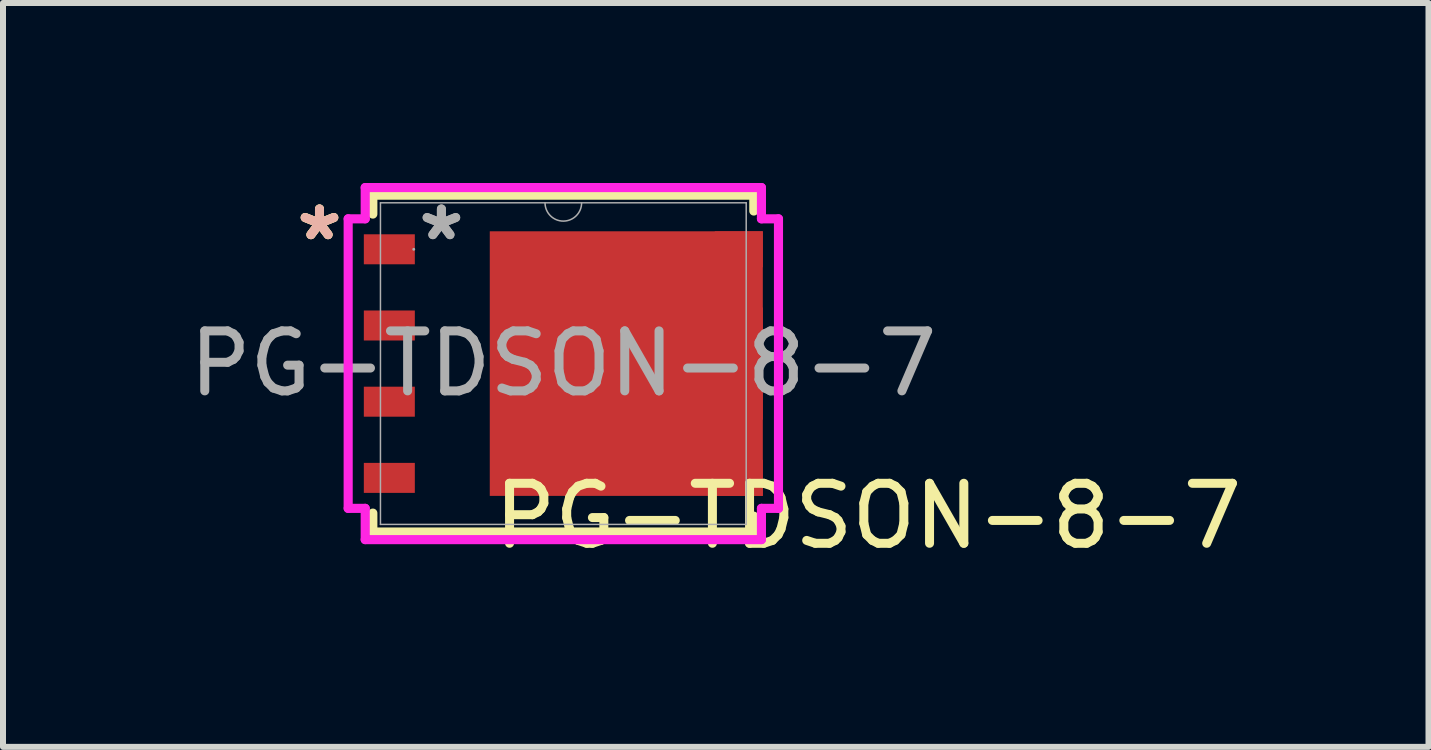
<source format=kicad_pcb>
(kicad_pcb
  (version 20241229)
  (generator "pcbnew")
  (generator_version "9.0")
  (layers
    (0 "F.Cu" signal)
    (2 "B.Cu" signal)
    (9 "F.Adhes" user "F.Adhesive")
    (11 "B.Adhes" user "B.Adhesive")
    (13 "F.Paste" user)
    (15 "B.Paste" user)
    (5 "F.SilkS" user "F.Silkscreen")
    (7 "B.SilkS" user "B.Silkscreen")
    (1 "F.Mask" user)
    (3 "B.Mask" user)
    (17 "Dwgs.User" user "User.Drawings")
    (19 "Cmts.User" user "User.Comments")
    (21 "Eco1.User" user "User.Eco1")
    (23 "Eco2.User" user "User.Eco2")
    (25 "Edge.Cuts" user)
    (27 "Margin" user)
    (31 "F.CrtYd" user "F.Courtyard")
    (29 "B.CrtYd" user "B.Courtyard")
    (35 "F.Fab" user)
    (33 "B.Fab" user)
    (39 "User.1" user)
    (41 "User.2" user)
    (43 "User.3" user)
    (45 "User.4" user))
  (footprint "PG-TDSON-8-7"
    (layer "F.Cu")
    (at 6.339 3.01)
    (property "Reference" "PG-TDSON-8-7" (at 5.08 2.54 0) (unlocked yes) (layer "F.SilkS") (effects (font (size 1 1) (thickness 0.15))))
    (attr smd)
    (fp_poly (pts (xy -1.226 -2.205) (xy 3.325 -2.205) (xy 3.325 2.205) (xy -1.226 2.205)) (stroke (width 0) (type solid)) (fill yes) (layer "F.Cu"))
    (fp_poly (pts (xy -1.226 -2.205) (xy 3.325 -2.205) (xy 3.325 2.205) (xy -1.226 2.205)) (stroke (width 0) (type solid)) (fill yes) (layer "F.Mask"))
    (fp_line (start -3.175 -2.807) (end -3.175 -2.492) (stroke (width 0.152) (type solid)) (layer "F.SilkS"))
    (fp_line (start -3.175 2.492) (end -3.175 2.807) (stroke (width 0.152) (type solid)) (layer "F.SilkS"))
    (fp_line (start -3.175 2.807) (end 3.175 2.807) (stroke (width 0.152) (type solid)) (layer "F.SilkS"))
    (fp_line (start 3.175 -2.807) (end -3.175 -2.807) (stroke (width 0.152) (type solid)) (layer "F.SilkS"))
    (fp_line (start 3.175 -2.543) (end 3.175 -2.807) (stroke (width 0.152) (type solid)) (layer "F.SilkS"))
    (fp_line (start 3.175 2.807) (end 3.175 2.543) (stroke (width 0.152) (type solid)) (layer "F.SilkS"))
    (fp_poly (pts (xy -3.28 -2.105) (xy -2.529 -2.105) (xy -2.529 -1.705) (xy -3.28 -1.705)) (stroke (width 0) (type solid)) (fill yes) (layer "F.Paste"))
    (fp_poly (pts (xy -3.28 -0.835) (xy -2.529 -0.835) (xy -2.529 -0.435) (xy -3.28 -0.435)) (stroke (width 0) (type solid)) (fill yes) (layer "F.Paste"))
    (fp_poly (pts (xy -3.28 0.435) (xy -2.529 0.435) (xy -2.529 0.835) (xy -3.28 0.835)) (stroke (width 0) (type solid)) (fill yes) (layer "F.Paste"))
    (fp_poly (pts (xy -3.28 1.705) (xy -2.529 1.705) (xy -2.529 2.105) (xy -3.28 2.105)) (stroke (width 0) (type solid)) (fill yes) (layer "F.Paste"))
    (fp_poly (pts (xy -0.95 -1.6) (xy 0.55 -1.6) (xy 0.55 -0.1) (xy -0.95 -0.1)) (stroke (width 0) (type solid)) (fill yes) (layer "F.Paste"))
    (fp_poly (pts (xy -0.95 0.1) (xy 0.55 0.1) (xy 0.55 1.6) (xy -0.95 1.6)) (stroke (width 0) (type solid)) (fill yes) (layer "F.Paste"))
    (fp_poly (pts (xy 0.75 -1.6) (xy 2.25 -1.6) (xy 2.25 -0.1) (xy 0.75 -0.1)) (stroke (width 0) (type solid)) (fill yes) (layer "F.Paste"))
    (fp_poly (pts (xy 0.75 0.1) (xy 2.25 0.1) (xy 2.25 1.6) (xy 0.75 1.6)) (stroke (width 0) (type solid)) (fill yes) (layer "F.Paste"))
    (fp_poly (pts (xy 2.529 -2.155) (xy 3.28 -2.155) (xy 3.28 -1.655) (xy 2.529 -1.655)) (stroke (width 0) (type solid)) (fill yes) (layer "F.Paste"))
    (fp_poly (pts (xy 2.529 -0.885) (xy 3.28 -0.885) (xy 3.28 -0.385) (xy 2.529 -0.385)) (stroke (width 0) (type solid)) (fill yes) (layer "F.Paste"))
    (fp_poly (pts (xy 2.529 0.385) (xy 3.28 0.385) (xy 3.28 0.885) (xy 2.529 0.885)) (stroke (width 0) (type solid)) (fill yes) (layer "F.Paste"))
    (fp_poly (pts (xy 2.529 2.155) (xy 3.28 2.155) (xy 3.28 1.655) (xy 2.529 1.655)) (stroke (width 0) (type solid)) (fill yes) (layer "F.Paste"))
    (fp_line (start -3.586 -2.413) (end -3.302 -2.413) (stroke (width 0.152) (type solid)) (layer "F.CrtYd"))
    (fp_line (start -3.586 2.413) (end -3.586 -2.413) (stroke (width 0.152) (type solid)) (layer "F.CrtYd"))
    (fp_line (start -3.586 2.413) (end -3.302 2.413) (stroke (width 0.152) (type solid)) (layer "F.CrtYd"))
    (fp_line (start -3.302 -2.934) (end 3.302 -2.934) (stroke (width 0.152) (type solid)) (layer "F.CrtYd"))
    (fp_line (start -3.302 -2.413) (end -3.302 -2.934) (stroke (width 0.152) (type solid)) (layer "F.CrtYd"))
    (fp_line (start -3.302 2.934) (end -3.302 2.413) (stroke (width 0.152) (type solid)) (layer "F.CrtYd"))
    (fp_line (start 3.302 -2.934) (end 3.302 -2.413) (stroke (width 0.152) (type solid)) (layer "F.CrtYd"))
    (fp_line (start 3.302 2.413) (end 3.302 2.934) (stroke (width 0.152) (type solid)) (layer "F.CrtYd"))
    (fp_line (start 3.302 2.934) (end -3.302 2.934) (stroke (width 0.152) (type solid)) (layer "F.CrtYd"))
    (fp_line (start 3.586 -2.413) (end 3.302 -2.413) (stroke (width 0.152) (type solid)) (layer "F.CrtYd"))
    (fp_line (start 3.586 -2.413) (end 3.586 2.413) (stroke (width 0.152) (type solid)) (layer "F.CrtYd"))
    (fp_line (start 3.586 2.413) (end 3.302 2.413) (stroke (width 0.152) (type solid)) (layer "F.CrtYd"))
    (fp_line (start -3.048 -2.68) (end -3.048 2.68) (stroke (width 0.025) (type solid)) (layer "F.Fab"))
    (fp_line (start -3.048 2.68) (end 3.048 2.68) (stroke (width 0.025) (type solid)) (layer "F.Fab"))
    (fp_line (start 3.048 -2.68) (end -3.048 -2.68) (stroke (width 0.025) (type solid)) (layer "F.Fab"))
    (fp_line (start 3.048 2.68) (end 3.048 -2.68) (stroke (width 0.025) (type solid)) (layer "F.Fab"))
    (fp_arc (start 0.3048 -2.6797) (mid 0 -2.3749) (end -0.3048 -2.6797) (stroke (width 0.0254) (type solid)) (layer "F.Fab"))
    (fp_circle (center -2.493 -1.905) (end -2.493 -1.905) (stroke (width 0.025) (type solid)) (fill no) (layer "F.Fab"))
    (fp_text user "*" (at -4.064 -2.032 0) (unlocked yes) (layer "F.SilkS") (effects (font (size 1 1) (thickness 0.15))))
    (fp_text user "*" (at -4.064 -2.032 0) (layer "F.SilkS") (effects (font (size 1 1) (thickness 0.15))))
    (fp_text user "*" (at -4.064 -2.032 0) (unlocked yes) (layer "B.SilkS") (effects (font (size 1 1) (thickness 0.15))))
    (fp_text user "*" (at -2.032 -2.032 0) (layer "F.Fab") (effects (font (size 1 1) (thickness 0.15))))
    (fp_text user "*" (at -2.032 -2.032 0) (unlocked yes) (layer "F.Fab") (effects (font (size 1 1) (thickness 0.15))))
    (fp_text user "${REFERENCE}" (at 0 0 0) (unlocked yes) (layer "F.Fab") (effects (font (size 1 1) (thickness 0.15))))
    (pad "1" smd rect (at -2.9 -1.905) (size 0.85 0.5) (layers "F.Cu" "F.Mask"))
    (pad "2" smd rect (at -2.9 -0.635) (size 0.85 0.5) (layers "F.Cu" "F.Mask"))
    (pad "3" smd rect (at -2.9 0.635) (size 0.85 0.5) (layers "F.Cu" "F.Mask"))
    (pad "4" smd rect (at -2.9 1.905) (size 0.85 0.5) (layers "F.Cu" "F.Mask"))
    (pad "5" smd rect (at 2.925 1.905) (size 0.8 0.6) (layers "F.Cu" "F.Mask"))
    (pad "6" smd rect (at 2.925 0.635) (size 0.8 0.6) (layers "F.Cu" "F.Mask"))
    (pad "7" smd rect (at 2.925 -0.635) (size 0.8 0.6) (layers "F.Cu" "F.Mask"))
    (pad "8" smd rect (at 2.925 -1.905) (size 0.8 0.6) (layers "F.Cu" "F.Mask")))
  (gr_rect
    (start -3 -3)
    (end 20.759 9.398)
    (stroke (width 0.1) (type default))
    (fill no)
    (layer "Edge.Cuts")))
</source>
